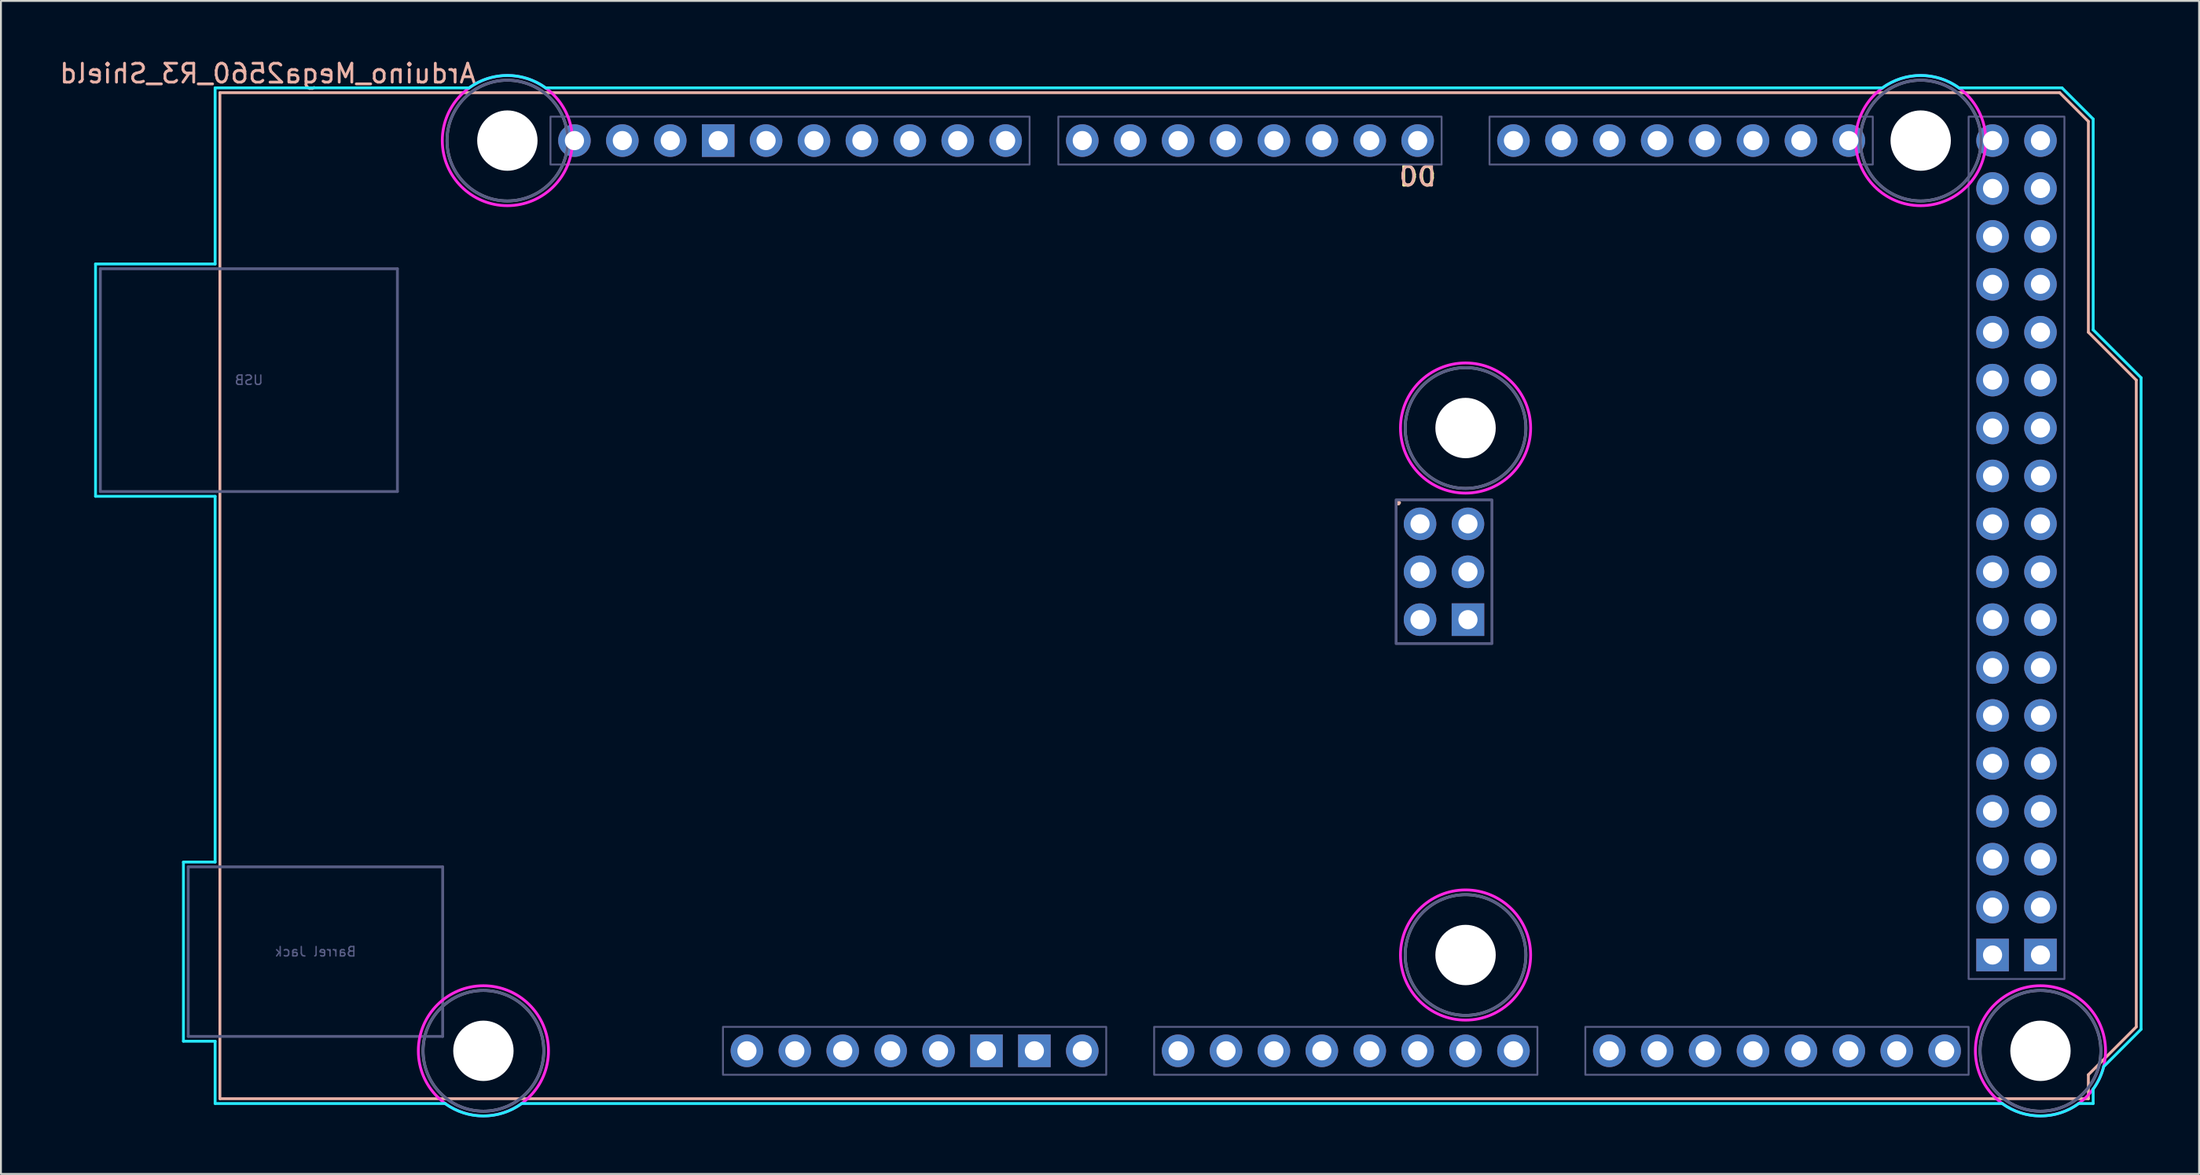
<source format=kicad_pcb>
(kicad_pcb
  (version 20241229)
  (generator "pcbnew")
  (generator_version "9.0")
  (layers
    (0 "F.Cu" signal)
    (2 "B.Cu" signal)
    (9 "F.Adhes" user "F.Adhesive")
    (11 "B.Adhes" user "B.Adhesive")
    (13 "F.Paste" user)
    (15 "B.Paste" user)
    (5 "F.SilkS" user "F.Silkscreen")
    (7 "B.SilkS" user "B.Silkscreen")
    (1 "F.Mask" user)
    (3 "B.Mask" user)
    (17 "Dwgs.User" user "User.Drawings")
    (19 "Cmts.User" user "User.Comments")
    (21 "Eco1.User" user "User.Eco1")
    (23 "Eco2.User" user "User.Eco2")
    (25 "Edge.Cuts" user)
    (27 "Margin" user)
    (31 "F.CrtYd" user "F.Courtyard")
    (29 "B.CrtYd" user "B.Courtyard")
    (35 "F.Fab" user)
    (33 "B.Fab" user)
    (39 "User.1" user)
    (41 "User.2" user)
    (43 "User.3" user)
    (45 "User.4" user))
  (footprint "Arduino_Mega2560_R3_Shield"
    (layer "F.Cu")
    (at 8.609 55.204)
    (property "Reference" "Arduino_Mega2560_R3_Shield" (at 2.54 -54.356 0) (layer "B.SilkS") (effects (font (size 1 1) (thickness 0.15)) (justify mirror)))
    (attr through_hole)
    (fp_line (start 0 -53.34) (end 0 0) (stroke (width 0.15) (type solid)) (layer "B.SilkS"))
    (fp_line (start 0 -53.34) (end 97.536 -53.34) (stroke (width 0.15) (type solid)) (layer "B.SilkS"))
    (fp_line (start 0 0) (end 99.06 0) (stroke (width 0.15) (type solid)) (layer "B.SilkS"))
    (fp_line (start 97.536 -53.34) (end 99.06 -51.816) (stroke (width 0.15) (type solid)) (layer "B.SilkS"))
    (fp_line (start 99.06 -40.64) (end 99.06 -51.816) (stroke (width 0.15) (type solid)) (layer "B.SilkS"))
    (fp_line (start 99.06 -1.27) (end 101.6 -3.81) (stroke (width 0.15) (type solid)) (layer "B.SilkS"))
    (fp_line (start 99.06 0) (end 99.06 -1.27) (stroke (width 0.15) (type solid)) (layer "B.SilkS"))
    (fp_line (start 101.6 -38.1) (end 99.06 -40.64) (stroke (width 0.15) (type solid)) (layer "B.SilkS"))
    (fp_line (start 101.6 -3.81) (end 101.6 -38.1) (stroke (width 0.15) (type solid)) (layer "B.SilkS"))
    (fp_line (start -6.594 -44.258) (end -0.254 -44.258) (stroke (width 0.15) (type solid)) (layer "B.CrtYd"))
    (fp_line (start -6.594 -31.94) (end -6.594 -44.258) (stroke (width 0.15) (type solid)) (layer "B.CrtYd"))
    (fp_line (start -1.934 -12.548) (end -1.934 -3.049) (stroke (width 0.15) (type solid)) (layer "B.CrtYd"))
    (fp_line (start -1.934 -12.548) (end -0.254 -12.548) (stroke (width 0.15) (type solid)) (layer "B.CrtYd"))
    (fp_line (start -1.934 -3.049) (end -0.254 -3.049) (stroke (width 0.15) (type solid)) (layer "B.CrtYd"))
    (fp_line (start -0.254 -53.594) (end -0.254 -44.258) (stroke (width 0.15) (type solid)) (layer "B.CrtYd"))
    (fp_line (start -0.254 -31.94) (end -6.594 -31.94) (stroke (width 0.15) (type solid)) (layer "B.CrtYd"))
    (fp_line (start -0.254 -31.94) (end -0.254 -12.548) (stroke (width 0.15) (type solid)) (layer "B.CrtYd"))
    (fp_line (start -0.254 -3.049) (end -0.254 0.254) (stroke (width 0.15) (type solid)) (layer "B.CrtYd"))
    (fp_line (start 11.938 0.254) (end -0.254 0.254) (stroke (width 0.15) (type solid)) (layer "B.CrtYd"))
    (fp_line (start 13.208 -53.594) (end -0.254 -53.594) (stroke (width 0.15) (type solid)) (layer "B.CrtYd"))
    (fp_line (start 16.002 0.254) (end 94.488 0.254) (stroke (width 0.15) (type solid)) (layer "B.CrtYd"))
    (fp_line (start 17.272 -53.594) (end 88.138 -53.594) (stroke (width 0.15) (type solid)) (layer "B.CrtYd"))
    (fp_line (start 97.663 -53.594) (end 92.202 -53.594) (stroke (width 0.15) (type solid)) (layer "B.CrtYd"))
    (fp_line (start 97.663 -53.594) (end 99.314 -51.943) (stroke (width 0.15) (type solid)) (layer "B.CrtYd"))
    (fp_line (start 99.314 -40.767) (end 99.314 -51.943) (stroke (width 0.15) (type solid)) (layer "B.CrtYd"))
    (fp_line (start 99.314 0.254) (end 98.552 0.254) (stroke (width 0.15) (type solid)) (layer "B.CrtYd"))
    (fp_line (start 99.314 0.254) (end 99.314 -0.508) (stroke (width 0.15) (type solid)) (layer "B.CrtYd"))
    (fp_line (start 99.873 -1.702) (end 101.854 -3.683) (stroke (width 0.15) (type solid)) (layer "B.CrtYd"))
    (fp_line (start 101.854 -38.227) (end 99.314 -40.767) (stroke (width 0.15) (type solid)) (layer "B.CrtYd"))
    (fp_line (start 101.854 -3.683) (end 101.854 -38.227) (stroke (width 0.15) (type solid)) (layer "B.CrtYd"))
    (fp_arc (start 13.208 -53.594) (mid 15.24 -54.254237) (end 17.272 -53.594) (stroke (width 0.15) (type solid)) (layer "B.CrtYd"))
    (fp_arc (start 16.002 0.254) (mid 13.97 0.914237) (end 11.938 0.254) (stroke (width 0.15) (type solid)) (layer "B.CrtYd"))
    (fp_arc (start 88.138 -53.594) (mid 90.17 -54.254237) (end 92.202 -53.594) (stroke (width 0.15) (type solid)) (layer "B.CrtYd"))
    (fp_arc (start 98.552 0.254) (mid 96.52 0.914237) (end 94.488 0.254) (stroke (width 0.15) (type solid)) (layer "B.CrtYd"))
    (fp_arc (start 99.8728 -1.7018) (mid 99.650925 -1.077973) (end 99.314 -0.508) (stroke (width 0.15) (type solid)) (layer "B.CrtYd"))
    (fp_circle (center 13.97 -2.54) (end 17.42 -2.54) (stroke (width 0.15) (type solid)) (fill no) (layer "F.CrtYd"))
    (fp_circle (center 15.24 -50.8) (end 18.69 -50.8) (stroke (width 0.15) (type solid)) (fill no) (layer "F.CrtYd"))
    (fp_circle (center 66.04 -35.56) (end 69.49 -35.56) (stroke (width 0.15) (type solid)) (fill no) (layer "F.CrtYd"))
    (fp_circle (center 66.04 -7.62) (end 69.49 -7.62) (stroke (width 0.15) (type solid)) (fill no) (layer "F.CrtYd"))
    (fp_circle (center 90.17 -50.8) (end 93.62 -50.8) (stroke (width 0.15) (type solid)) (fill no) (layer "F.CrtYd"))
    (fp_circle (center 96.52 -2.54) (end 99.97 -2.54) (stroke (width 0.15) (type solid)) (fill no) (layer "F.CrtYd"))
    (fp_line (start -6.34 -44.004) (end 9.41 -44.004) (stroke (width 0.15) (type solid)) (layer "B.Fab"))
    (fp_line (start -6.34 -32.194) (end -6.34 -44.004) (stroke (width 0.15) (type solid)) (layer "B.Fab"))
    (fp_line (start -6.34 -32.194) (end 9.41 -32.194) (stroke (width 0.15) (type solid)) (layer "B.Fab"))
    (fp_line (start -1.68 -12.294) (end -1.68 -3.303) (stroke (width 0.15) (type solid)) (layer "B.Fab"))
    (fp_line (start -1.68 -12.294) (end 11.81 -12.294) (stroke (width 0.15) (type solid)) (layer "B.Fab"))
    (fp_line (start -1.68 -3.303) (end 11.81 -3.303) (stroke (width 0.15) (type solid)) (layer "B.Fab"))
    (fp_line (start 9.41 -32.194) (end 9.41 -44.004) (stroke (width 0.15) (type solid)) (layer "B.Fab"))
    (fp_line (start 11.81 -12.294) (end 11.81 -3.303) (stroke (width 0.15) (type solid)) (layer "B.Fab"))
    (fp_rect (start 17.526 -52.07) (end 42.926 -49.53) (stroke (width 0.1) (type solid)) (fill no) (layer "B.Fab"))
    (fp_rect (start 26.67 -3.81) (end 46.99 -1.27) (stroke (width 0.1) (type solid)) (fill no) (layer "B.Fab"))
    (fp_rect (start 44.45 -52.07) (end 64.77 -49.53) (stroke (width 0.1) (type solid)) (fill no) (layer "B.Fab"))
    (fp_rect (start 49.53 -3.81) (end 69.85 -1.27) (stroke (width 0.1) (type solid)) (fill no) (layer "B.Fab"))
    (fp_rect (start 62.357 -31.75) (end 67.437 -24.13) (stroke (width 0.15) (type solid)) (fill no) (layer "B.Fab"))
    (fp_rect (start 67.31 -52.07) (end 87.63 -49.53) (stroke (width 0.1) (type solid)) (fill no) (layer "B.Fab"))
    (fp_rect (start 72.39 -3.81) (end 92.71 -1.27) (stroke (width 0.1) (type solid)) (fill no) (layer "B.Fab"))
    (fp_rect (start 92.71 -52.07) (end 97.79 -6.35) (stroke (width 0.1) (type solid)) (fill no) (layer "B.Fab"))
    (fp_circle (center 13.97 -2.54) (end 17.17 -2.54) (stroke (width 0.15) (type solid)) (fill no) (layer "B.Fab"))
    (fp_circle (center 15.24 -50.8) (end 18.44 -50.8) (stroke (width 0.15) (type solid)) (fill no) (layer "B.Fab"))
    (fp_circle (center 66.04 -35.56) (end 69.24 -35.56) (stroke (width 0.15) (type solid)) (fill no) (layer "B.Fab"))
    (fp_circle (center 66.04 -7.62) (end 69.24 -7.62) (stroke (width 0.15) (type solid)) (fill no) (layer "B.Fab"))
    (fp_circle (center 90.17 -50.8) (end 93.37 -50.8) (stroke (width 0.15) (type solid)) (fill no) (layer "B.Fab"))
    (fp_circle (center 96.52 -2.54) (end 99.72 -2.54) (stroke (width 0.15) (type solid)) (fill no) (layer "B.Fab"))
    (fp_circle (center 13.97 -2.54) (end 17.17 -2.54) (stroke (width 0.15) (type solid)) (fill no) (layer "F.Fab"))
    (fp_circle (center 15.24 -50.8) (end 18.44 -50.8) (stroke (width 0.15) (type solid)) (fill no) (layer "F.Fab"))
    (fp_circle (center 66.04 -35.56) (end 69.24 -35.56) (stroke (width 0.15) (type solid)) (fill no) (layer "F.Fab"))
    (fp_circle (center 66.04 -7.62) (end 69.24 -7.62) (stroke (width 0.15) (type solid)) (fill no) (layer "F.Fab"))
    (fp_circle (center 90.17 -50.8) (end 93.37 -50.8) (stroke (width 0.15) (type solid)) (fill no) (layer "F.Fab"))
    (fp_circle (center 96.52 -2.54) (end 99.72 -2.54) (stroke (width 0.15) (type solid)) (fill no) (layer "F.Fab"))
    (fp_text user "." (at 62.484 -32.004 0) (layer "F.SilkS") (effects (font (size 1 1) (thickness 0.15))))
    (fp_text user "D0" (at 63.5 -48.895 0) (unlocked yes) (layer "F.SilkS") (effects (font (size 1 1) (thickness 0.15))))
    (fp_text user "." (at 62.484 -32.004 0) (layer "B.SilkS") (effects (font (size 1 1) (thickness 0.15))))
    (fp_text user "D0" (at 63.5 -48.895 0) (unlocked yes) (layer "B.SilkS") (effects (font (size 1 1) (thickness 0.15)) (justify mirror)))
    (fp_text user "Barrel Jack" (at 5.065 -7.798 0) (layer "B.Fab") (effects (font (size 0.5 0.5) (thickness 0.075)) (justify mirror)))
    (fp_text user "USB" (at 1.535 -38.099 0) (layer "B.Fab") (effects (font (size 0.5 0.5) (thickness 0.075)) (justify mirror)))
    (pad "" np_thru_hole circle (at 13.97 -2.54) (size 3.2 3.2) (drill 3.2) (layers "*.Cu" "*.Mask"))
    (pad "" np_thru_hole circle (at 15.24 -50.8) (size 3.2 3.2) (drill 3.2) (layers "*.Cu" "*.Mask"))
    (pad "" thru_hole oval (at 27.94 -2.54) (size 1.727 1.727) (drill 1.016) (layers "*.Cu" "*.Mask"))
    (pad "" np_thru_hole circle (at 66.04 -35.56) (size 3.2 3.2) (drill 3.2) (layers "*.Cu" "*.Mask"))
    (pad "" np_thru_hole circle (at 66.04 -7.62) (size 3.2 3.2) (drill 3.2) (layers "*.Cu" "*.Mask"))
    (pad "" np_thru_hole circle (at 90.17 -50.8) (size 3.2 3.2) (drill 3.2) (layers "*.Cu" "*.Mask"))
    (pad "" np_thru_hole circle (at 96.52 -2.54) (size 3.2 3.2) (drill 3.2) (layers "*.Cu" "*.Mask"))
    (pad "3V3" thru_hole oval (at 35.56 -2.54) (size 1.727 1.727) (drill 1.016) (layers "*.Cu" "*.Mask"))
    (pad "5V1" thru_hole oval (at 38.1 -2.54) (size 1.727 1.727) (drill 1.016) (layers "*.Cu" "*.Mask"))
    (pad "5V2" thru_hole oval (at 66.167 -30.48) (size 1.727 1.727) (drill 1.016) (layers "*.Cu" "*.Mask"))
    (pad "5V3" thru_hole oval (at 93.98 -50.8) (size 1.727 1.727) (drill 1.016) (layers "*.Cu" "*.Mask"))
    (pad "5V4" thru_hole oval (at 96.52 -50.8) (size 1.727 1.727) (drill 1.016) (layers "*.Cu" "*.Mask"))
    (pad "A0" thru_hole oval (at 50.8 -2.54) (size 1.727 1.727) (drill 1.016) (layers "*.Cu" "*.Mask"))
    (pad "A1" thru_hole oval (at 53.34 -2.54) (size 1.727 1.727) (drill 1.016) (layers "*.Cu" "*.Mask"))
    (pad "A2" thru_hole oval (at 55.88 -2.54) (size 1.727 1.727) (drill 1.016) (layers "*.Cu" "*.Mask"))
    (pad "A3" thru_hole oval (at 58.42 -2.54) (size 1.727 1.727) (drill 1.016) (layers "*.Cu" "*.Mask"))
    (pad "A4" thru_hole oval (at 60.96 -2.54) (size 1.727 1.727) (drill 1.016) (layers "*.Cu" "*.Mask"))
    (pad "A5" thru_hole oval (at 63.5 -2.54) (size 1.727 1.727) (drill 1.016) (layers "*.Cu" "*.Mask"))
    (pad "A6" thru_hole oval (at 66.04 -2.54) (size 1.727 1.727) (drill 1.016) (layers "*.Cu" "*.Mask"))
    (pad "A7" thru_hole oval (at 68.58 -2.54) (size 1.727 1.727) (drill 1.016) (layers "*.Cu" "*.Mask"))
    (pad "A8" thru_hole oval (at 73.66 -2.54) (size 1.727 1.727) (drill 1.016) (layers "*.Cu" "*.Mask"))
    (pad "A9" thru_hole oval (at 76.2 -2.54) (size 1.727 1.727) (drill 1.016) (layers "*.Cu" "*.Mask"))
    (pad "A10" thru_hole oval (at 78.74 -2.54) (size 1.727 1.727) (drill 1.016) (layers "*.Cu" "*.Mask"))
    (pad "A11" thru_hole oval (at 81.28 -2.54) (size 1.727 1.727) (drill 1.016) (layers "*.Cu" "*.Mask"))
    (pad "A12" thru_hole oval (at 83.82 -2.54) (size 1.727 1.727) (drill 1.016) (layers "*.Cu" "*.Mask"))
    (pad "A13" thru_hole oval (at 86.36 -2.54) (size 1.727 1.727) (drill 1.016) (layers "*.Cu" "*.Mask"))
    (pad "A14" thru_hole oval (at 88.9 -2.54) (size 1.727 1.727) (drill 1.016) (layers "*.Cu" "*.Mask"))
    (pad "A15" thru_hole oval (at 91.44 -2.54) (size 1.727 1.727) (drill 1.016) (layers "*.Cu" "*.Mask"))
    (pad "AREF" thru_hole oval (at 23.876 -50.8) (size 1.727 1.727) (drill 1.016) (layers "*.Cu" "*.Mask"))
    (pad "D0" thru_hole oval (at 63.5 -50.8) (size 1.727 1.727) (drill 1.016) (layers "*.Cu" "*.Mask"))
    (pad "D1" thru_hole oval (at 60.96 -50.8) (size 1.727 1.727) (drill 1.016) (layers "*.Cu" "*.Mask"))
    (pad "D2" thru_hole oval (at 58.42 -50.8) (size 1.727 1.727) (drill 1.016) (layers "*.Cu" "*.Mask"))
    (pad "D3" thru_hole oval (at 55.88 -50.8) (size 1.727 1.727) (drill 1.016) (layers "*.Cu" "*.Mask"))
    (pad "D4" thru_hole oval (at 53.34 -50.8) (size 1.727 1.727) (drill 1.016) (layers "*.Cu" "*.Mask"))
    (pad "D5" thru_hole oval (at 50.8 -50.8) (size 1.727 1.727) (drill 1.016) (layers "*.Cu" "*.Mask"))
    (pad "D6" thru_hole oval (at 48.26 -50.8) (size 1.727 1.727) (drill 1.016) (layers "*.Cu" "*.Mask"))
    (pad "D7" thru_hole oval (at 45.72 -50.8) (size 1.727 1.727) (drill 1.016) (layers "*.Cu" "*.Mask"))
    (pad "D8" thru_hole oval (at 41.656 -50.8) (size 1.727 1.727) (drill 1.016) (layers "*.Cu" "*.Mask"))
    (pad "D9" thru_hole oval (at 39.116 -50.8) (size 1.727 1.727) (drill 1.016) (layers "*.Cu" "*.Mask"))
    (pad "D10" thru_hole oval (at 36.576 -50.8) (size 1.727 1.727) (drill 1.016) (layers "*.Cu" "*.Mask"))
    (pad "D11" thru_hole oval (at 34.036 -50.8) (size 1.727 1.727) (drill 1.016) (layers "*.Cu" "*.Mask"))
    (pad "D12" thru_hole oval (at 31.496 -50.8) (size 1.727 1.727) (drill 1.016) (layers "*.Cu" "*.Mask"))
    (pad "D13" thru_hole oval (at 28.956 -50.8) (size 1.727 1.727) (drill 1.016) (layers "*.Cu" "*.Mask"))
    (pad "D14" thru_hole oval (at 68.58 -50.8) (size 1.727 1.727) (drill 1.016) (layers "*.Cu" "*.Mask"))
    (pad "D15" thru_hole oval (at 71.12 -50.8) (size 1.727 1.727) (drill 1.016) (layers "*.Cu" "*.Mask"))
    (pad "D16" thru_hole oval (at 73.66 -50.8) (size 1.727 1.727) (drill 1.016) (layers "*.Cu" "*.Mask"))
    (pad "D17" thru_hole oval (at 76.2 -50.8) (size 1.727 1.727) (drill 1.016) (layers "*.Cu" "*.Mask"))
    (pad "D18" thru_hole oval (at 78.74 -50.8) (size 1.727 1.727) (drill 1.016) (layers "*.Cu" "*.Mask"))
    (pad "D19" thru_hole oval (at 81.28 -50.8) (size 1.727 1.727) (drill 1.016) (layers "*.Cu" "*.Mask"))
    (pad "D20" thru_hole oval (at 83.82 -50.8) (size 1.727 1.727) (drill 1.016) (layers "*.Cu" "*.Mask"))
    (pad "D21" thru_hole oval (at 86.36 -50.8) (size 1.727 1.727) (drill 1.016) (layers "*.Cu" "*.Mask"))
    (pad "D22" thru_hole oval (at 93.98 -48.26) (size 1.727 1.727) (drill 1.016) (layers "*.Cu" "*.Mask"))
    (pad "D23" thru_hole oval (at 96.52 -48.26) (size 1.727 1.727) (drill 1.016) (layers "*.Cu" "*.Mask"))
    (pad "D24" thru_hole oval (at 93.98 -45.72) (size 1.727 1.727) (drill 1.016) (layers "*.Cu" "*.Mask"))
    (pad "D25" thru_hole oval (at 96.52 -45.72) (size 1.727 1.727) (drill 1.016) (layers "*.Cu" "*.Mask"))
    (pad "D26" thru_hole oval (at 93.98 -43.18) (size 1.727 1.727) (drill 1.016) (layers "*.Cu" "*.Mask"))
    (pad "D27" thru_hole oval (at 96.52 -43.18) (size 1.727 1.727) (drill 1.016) (layers "*.Cu" "*.Mask"))
    (pad "D28" thru_hole oval (at 93.98 -40.64) (size 1.727 1.727) (drill 1.016) (layers "*.Cu" "*.Mask"))
    (pad "D29" thru_hole oval (at 96.52 -40.64) (size 1.727 1.727) (drill 1.016) (layers "*.Cu" "*.Mask"))
    (pad "D30" thru_hole oval (at 93.98 -38.1) (size 1.727 1.727) (drill 1.016) (layers "*.Cu" "*.Mask"))
    (pad "D31" thru_hole oval (at 96.52 -38.1) (size 1.727 1.727) (drill 1.016) (layers "*.Cu" "*.Mask"))
    (pad "D32" thru_hole oval (at 93.98 -35.56) (size 1.727 1.727) (drill 1.016) (layers "*.Cu" "*.Mask"))
    (pad "D33" thru_hole oval (at 96.52 -35.56) (size 1.727 1.727) (drill 1.016) (layers "*.Cu" "*.Mask"))
    (pad "D34" thru_hole oval (at 93.98 -33.02) (size 1.727 1.727) (drill 1.016) (layers "*.Cu" "*.Mask"))
    (pad "D35" thru_hole oval (at 96.52 -33.02) (size 1.727 1.727) (drill 1.016) (layers "*.Cu" "*.Mask"))
    (pad "D36" thru_hole oval (at 93.98 -30.48) (size 1.727 1.727) (drill 1.016) (layers "*.Cu" "*.Mask"))
    (pad "D37" thru_hole oval (at 96.52 -30.48) (size 1.727 1.727) (drill 1.016) (layers "*.Cu" "*.Mask"))
    (pad "D38" thru_hole oval (at 93.98 -27.94) (size 1.727 1.727) (drill 1.016) (layers "*.Cu" "*.Mask"))
    (pad "D39" thru_hole oval (at 96.52 -27.94) (size 1.727 1.727) (drill 1.016) (layers "*.Cu" "*.Mask"))
    (pad "D40" thru_hole oval (at 93.98 -25.4) (size 1.727 1.727) (drill 1.016) (layers "*.Cu" "*.Mask"))
    (pad "D41" thru_hole oval (at 96.52 -25.4) (size 1.727 1.727) (drill 1.016) (layers "*.Cu" "*.Mask"))
    (pad "D42" thru_hole oval (at 93.98 -22.86) (size 1.727 1.727) (drill 1.016) (layers "*.Cu" "*.Mask"))
    (pad "D43" thru_hole oval (at 96.52 -22.86) (size 1.727 1.727) (drill 1.016) (layers "*.Cu" "*.Mask"))
    (pad "D44" thru_hole oval (at 93.98 -20.32) (size 1.727 1.727) (drill 1.016) (layers "*.Cu" "*.Mask"))
    (pad "D45" thru_hole oval (at 96.52 -20.32) (size 1.727 1.727) (drill 1.016) (layers "*.Cu" "*.Mask"))
    (pad "D46" thru_hole oval (at 93.98 -17.78) (size 1.727 1.727) (drill 1.016) (layers "*.Cu" "*.Mask"))
    (pad "D47" thru_hole oval (at 96.52 -17.78) (size 1.727 1.727) (drill 1.016) (layers "*.Cu" "*.Mask"))
    (pad "D48" thru_hole oval (at 93.98 -15.24) (size 1.727 1.727) (drill 1.016) (layers "*.Cu" "*.Mask"))
    (pad "D49" thru_hole oval (at 96.52 -15.24) (size 1.727 1.727) (drill 1.016) (layers "*.Cu" "*.Mask"))
    (pad "D50" thru_hole oval (at 93.98 -12.7) (size 1.727 1.727) (drill 1.016) (layers "*.Cu" "*.Mask"))
    (pad "D51" thru_hole oval (at 96.52 -12.7) (size 1.727 1.727) (drill 1.016) (layers "*.Cu" "*.Mask"))
    (pad "D52" thru_hole oval (at 93.98 -10.16) (size 1.727 1.727) (drill 1.016) (layers "*.Cu" "*.Mask"))
    (pad "D53" thru_hole oval (at 96.52 -10.16) (size 1.727 1.727) (drill 1.016) (layers "*.Cu" "*.Mask"))
    (pad "GND1" thru_hole rect (at 26.416 -50.8) (size 1.727 1.727) (drill 1.016) (layers "*.Cu" "*.Mask"))
    (pad "GND2" thru_hole rect (at 40.64 -2.54) (size 1.727 1.727) (drill 1.016) (layers "*.Cu" "*.Mask"))
    (pad "GND3" thru_hole rect (at 43.18 -2.54) (size 1.727 1.727) (drill 1.016) (layers "*.Cu" "*.Mask"))
    (pad "GND4" thru_hole rect (at 66.167 -25.4) (size 1.727 1.727) (drill 1.016) (layers "*.Cu" "*.Mask"))
    (pad "GND5" thru_hole rect (at 93.98 -7.62) (size 1.727 1.727) (drill 1.016) (layers "*.Cu" "*.Mask"))
    (pad "GND6" thru_hole rect (at 96.52 -7.62) (size 1.727 1.727) (drill 1.016) (layers "*.Cu" "*.Mask"))
    (pad "IORF" thru_hole oval (at 30.48 -2.54) (size 1.727 1.727) (drill 1.016) (layers "*.Cu" "*.Mask"))
    (pad "MISO" thru_hole oval (at 63.627 -30.48) (size 1.727 1.727) (drill 1.016) (layers "*.Cu" "*.Mask"))
    (pad "MOSI" thru_hole oval (at 66.167 -27.94) (size 1.727 1.727) (drill 1.016) (layers "*.Cu" "*.Mask"))
    (pad "RST1" thru_hole oval (at 33.02 -2.54) (size 1.727 1.727) (drill 1.016) (layers "*.Cu" "*.Mask"))
    (pad "RST2" thru_hole oval (at 63.627 -25.4) (size 1.727 1.727) (drill 1.016) (layers "*.Cu" "*.Mask"))
    (pad "SCK" thru_hole oval (at 63.627 -27.94) (size 1.727 1.727) (drill 1.016) (layers "*.Cu" "*.Mask"))
    (pad "SCL" thru_hole oval (at 18.796 -50.8) (size 1.727 1.727) (drill 1.016) (layers "*.Cu" "*.Mask"))
    (pad "SDA" thru_hole oval (at 21.336 -50.8) (size 1.727 1.727) (drill 1.016) (layers "*.Cu" "*.Mask"))
    (pad "VIN" thru_hole oval (at 45.72 -2.54) (size 1.727 1.727) (drill 1.016) (layers "*.Cu" "*.Mask")))
  (gr_rect
    (start -3 -3)
    (end 113.538 59.193)
    (stroke (width 0.1) (type default))
    (fill no)
    (layer "Edge.Cuts")))
</source>
